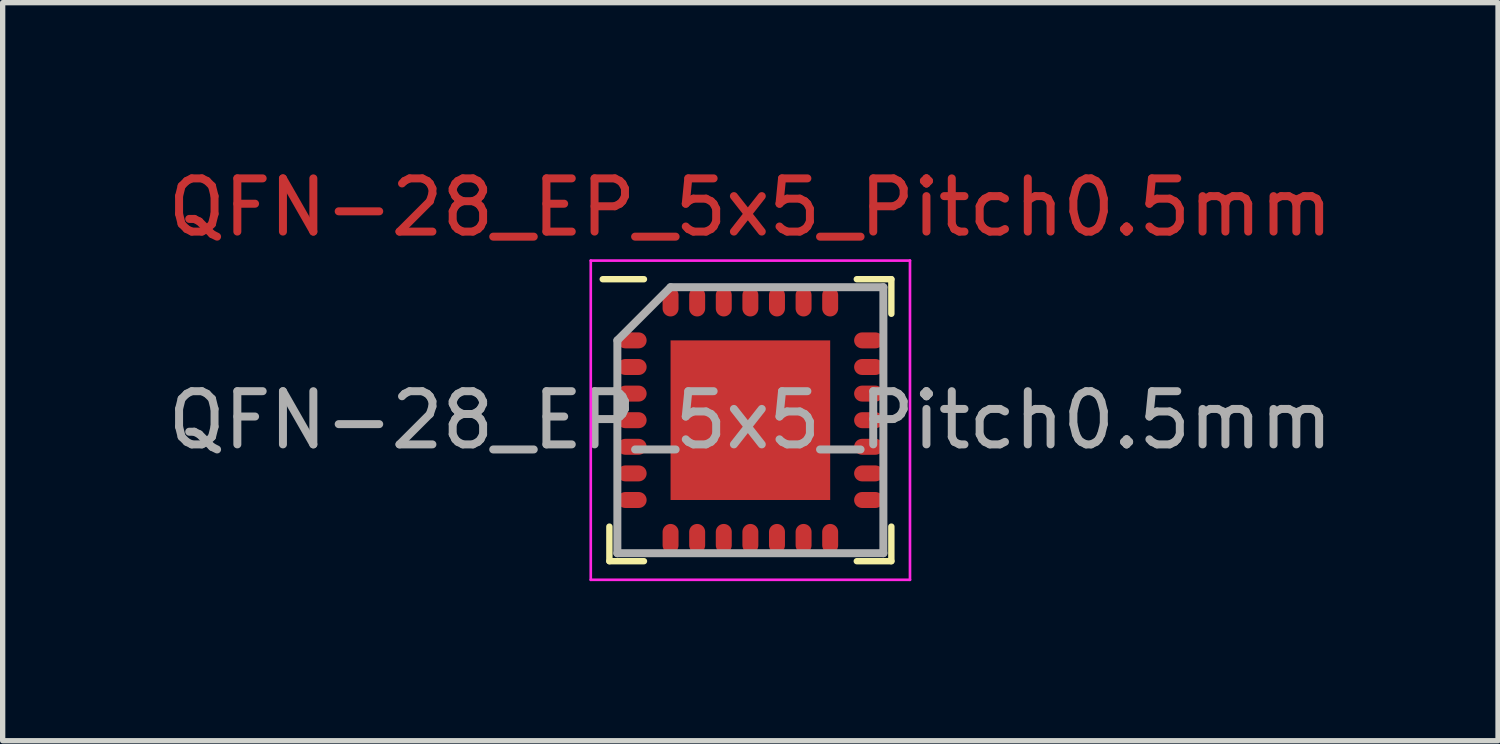
<source format=kicad_pcb>
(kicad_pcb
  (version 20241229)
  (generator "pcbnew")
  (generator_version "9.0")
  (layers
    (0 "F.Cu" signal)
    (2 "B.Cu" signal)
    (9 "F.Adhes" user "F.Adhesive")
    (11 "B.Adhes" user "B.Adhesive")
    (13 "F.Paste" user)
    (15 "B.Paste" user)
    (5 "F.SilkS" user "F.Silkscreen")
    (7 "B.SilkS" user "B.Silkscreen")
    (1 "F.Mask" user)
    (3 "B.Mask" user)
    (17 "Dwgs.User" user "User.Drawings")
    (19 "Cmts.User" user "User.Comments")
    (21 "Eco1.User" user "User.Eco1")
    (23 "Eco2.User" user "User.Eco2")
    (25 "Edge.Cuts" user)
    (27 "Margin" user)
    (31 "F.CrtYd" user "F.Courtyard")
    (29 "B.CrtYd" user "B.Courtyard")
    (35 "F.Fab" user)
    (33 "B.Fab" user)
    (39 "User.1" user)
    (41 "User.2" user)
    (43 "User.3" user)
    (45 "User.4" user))
  (footprint "QFN-28_EP_5x5_Pitch0.5mm"
    (layer "F.Cu")
    (at 11.054 4.848)
    (property "Reference" "QFN-28_EP_5x5_Pitch0.5mm" (at 0 -4 0) (layer "F.Cu") (effects (font (size 1 1) (thickness 0.15))))
    (attr smd)
    (fp_line (start -2.65 2.65) (end -2.65 2) (stroke (width 0.12) (type default)) (layer "F.SilkS"))
    (fp_line (start -2 -2.65) (end -2.775 -2.65) (stroke (width 0.12) (type default)) (layer "F.SilkS"))
    (fp_line (start -2 2.65) (end -2.65 2.65) (stroke (width 0.12) (type default)) (layer "F.SilkS"))
    (fp_line (start 2 -2.65) (end 2.65 -2.65) (stroke (width 0.12) (type default)) (layer "F.SilkS"))
    (fp_line (start 2 2.65) (end 2.65 2.65) (stroke (width 0.12) (type default)) (layer "F.SilkS"))
    (fp_line (start 2.65 -2.65) (end 2.65 -2) (stroke (width 0.12) (type default)) (layer "F.SilkS"))
    (fp_line (start 2.65 2.65) (end 2.65 2) (stroke (width 0.12) (type default)) (layer "F.SilkS"))
    (fp_line (start -3 -3) (end 3 -3) (stroke (width 0.05) (type default)) (layer "F.CrtYd"))
    (fp_line (start -3 3) (end -3 -3) (stroke (width 0.05) (type default)) (layer "F.CrtYd"))
    (fp_line (start 3 -3) (end 3 3) (stroke (width 0.05) (type default)) (layer "F.CrtYd"))
    (fp_line (start 3 3) (end -3 3) (stroke (width 0.05) (type default)) (layer "F.CrtYd"))
    (fp_line (start -2.5 -1.5) (end -2.5 2.5) (stroke (width 0.15) (type default)) (layer "F.Fab"))
    (fp_line (start -2.5 2.5) (end 2.5 2.5) (stroke (width 0.15) (type default)) (layer "F.Fab"))
    (fp_line (start -1.5 -2.5) (end -2.5 -1.5) (stroke (width 0.15) (type default)) (layer "F.Fab"))
    (fp_line (start 2.5 -2.5) (end -1.5 -2.5) (stroke (width 0.15) (type default)) (layer "F.Fab"))
    (fp_line (start 2.5 2.5) (end 2.5 -2.5) (stroke (width 0.15) (type default)) (layer "F.Fab"))
    (fp_text user "${REFERENCE}" (at 0 0 0) (layer "F.Fab") (effects (font (size 1 1) (thickness 0.15))))
    (pad "" smd rect (at -1.125 -1.125) (size 0.000001 0.000001) (layers "F.Paste"))
    (pad "" smd rect (at -1.125 -0.375) (size 0.000001 0.000001) (layers "F.Paste"))
    (pad "" smd rect (at -1.125 0.375) (size 0.000001 0.000001) (layers "F.Paste"))
    (pad "" smd rect (at -1.125 1.125) (size 0.000001 0.000001) (layers "F.Paste"))
    (pad "" smd rect (at -0.375 -1.125) (size 0.000001 0.000001) (layers "F.Paste"))
    (pad "" smd rect (at -0.375 -0.375) (size 0.000001 0.000001) (layers "F.Paste"))
    (pad "" smd rect (at -0.375 0.375) (size 0.000001 0.000001) (layers "F.Paste"))
    (pad "" smd rect (at -0.375 1.125) (size 0.000001 0.000001) (layers "F.Paste"))
    (pad "" smd rect (at 0.375 -1.125) (size 0.000001 0.000001) (layers "F.Paste"))
    (pad "" smd rect (at 0.375 -0.375) (size 0.000001 0.000001) (layers "F.Paste"))
    (pad "" smd rect (at 0.375 0.375) (size 0.000001 0.000001) (layers "F.Paste"))
    (pad "" smd rect (at 0.375 1.125) (size 0.000001 0.000001) (layers "F.Paste"))
    (pad "" smd rect (at 1.125 -1.125) (size 0.000001 0.000001) (layers "F.Paste"))
    (pad "" smd rect (at 1.125 -0.375) (size 0.000001 0.000001) (layers "F.Paste"))
    (pad "" smd rect (at 1.125 0.375) (size 0.000001 0.000001) (layers "F.Paste"))
    (pad "" smd rect (at 1.125 1.125) (size 0.000001 0.000001) (layers "F.Paste"))
    (pad "1" smd oval (at -2.225 -1.5 90) (size 0.3 0.55) (layers "F.Cu" "F.Mask" "F.Paste"))
    (pad "2" smd oval (at -2.225 -1 90) (size 0.3 0.55) (layers "F.Cu" "F.Mask" "F.Paste"))
    (pad "3" smd oval (at -2.225 -0.5 90) (size 0.3 0.55) (layers "F.Cu" "F.Mask" "F.Paste"))
    (pad "4" smd oval (at -2.225 0 90) (size 0.3 0.55) (layers "F.Cu" "F.Mask" "F.Paste"))
    (pad "5" smd oval (at -2.225 0.5 90) (size 0.3 0.55) (layers "F.Cu" "F.Mask" "F.Paste"))
    (pad "6" smd oval (at -2.225 1 90) (size 0.3 0.55) (layers "F.Cu" "F.Mask" "F.Paste"))
    (pad "7" smd oval (at -2.225 1.5 90) (size 0.3 0.55) (layers "F.Cu" "F.Mask" "F.Paste"))
    (pad "8" smd oval (at -1.5 2.225) (size 0.3 0.55) (layers "F.Cu" "F.Mask" "F.Paste"))
    (pad "9" smd oval (at -1 2.225) (size 0.3 0.55) (layers "F.Cu" "F.Mask" "F.Paste"))
    (pad "10" smd oval (at -0.5 2.225) (size 0.3 0.55) (layers "F.Cu" "F.Mask" "F.Paste"))
    (pad "11" smd oval (at 0 2.225) (size 0.3 0.55) (layers "F.Cu" "F.Mask" "F.Paste"))
    (pad "12" smd oval (at 0.5 2.225) (size 0.3 0.55) (layers "F.Cu" "F.Mask" "F.Paste"))
    (pad "13" smd oval (at 1 2.225) (size 0.3 0.55) (layers "F.Cu" "F.Mask" "F.Paste"))
    (pad "14" smd oval (at 1.5 2.225) (size 0.3 0.55) (layers "F.Cu" "F.Mask" "F.Paste"))
    (pad "15" smd oval (at 2.225 1.5 90) (size 0.3 0.55) (layers "F.Cu" "F.Mask" "F.Paste"))
    (pad "16" smd oval (at 2.225 1 90) (size 0.3 0.55) (layers "F.Cu" "F.Mask" "F.Paste"))
    (pad "17" smd oval (at 2.225 0.5 90) (size 0.3 0.55) (layers "F.Cu" "F.Mask" "F.Paste"))
    (pad "18" smd oval (at 2.225 0 90) (size 0.3 0.55) (layers "F.Cu" "F.Mask" "F.Paste"))
    (pad "19" smd oval (at 2.225 -0.5 90) (size 0.3 0.55) (layers "F.Cu" "F.Mask" "F.Paste"))
    (pad "20" smd oval (at 2.225 -1 90) (size 0.3 0.55) (layers "F.Cu" "F.Mask" "F.Paste"))
    (pad "21" smd oval (at 2.225 -1.5 90) (size 0.3 0.55) (layers "F.Cu" "F.Mask" "F.Paste"))
    (pad "22" smd oval (at 1.5 -2.225) (size 0.3 0.55) (layers "F.Cu" "F.Mask" "F.Paste"))
    (pad "23" smd oval (at 1 -2.225) (size 0.3 0.55) (layers "F.Cu" "F.Mask" "F.Paste"))
    (pad "24" smd oval (at 0.5 -2.225) (size 0.3 0.55) (layers "F.Cu" "F.Mask" "F.Paste"))
    (pad "25" smd oval (at 0 -2.225) (size 0.3 0.55) (layers "F.Cu" "F.Mask" "F.Paste"))
    (pad "26" smd oval (at -0.5 -2.225) (size 0.3 0.55) (layers "F.Cu" "F.Mask" "F.Paste"))
    (pad "27" smd oval (at -1 -2.225) (size 0.3 0.55) (layers "F.Cu" "F.Mask" "F.Paste"))
    (pad "28" smd oval (at -1.5 -2.225) (size 0.3 0.55) (layers "F.Cu" "F.Mask" "F.Paste"))
    (pad "29" smd rect (at 0 0) (size 3 3) (layers "F.Cu" "F.Mask")))
  (gr_rect
    (start -3 -3)
    (end 25.107 10.873)
    (stroke (width 0.1) (type default))
    (fill no)
    (layer "Edge.Cuts")))
</source>
